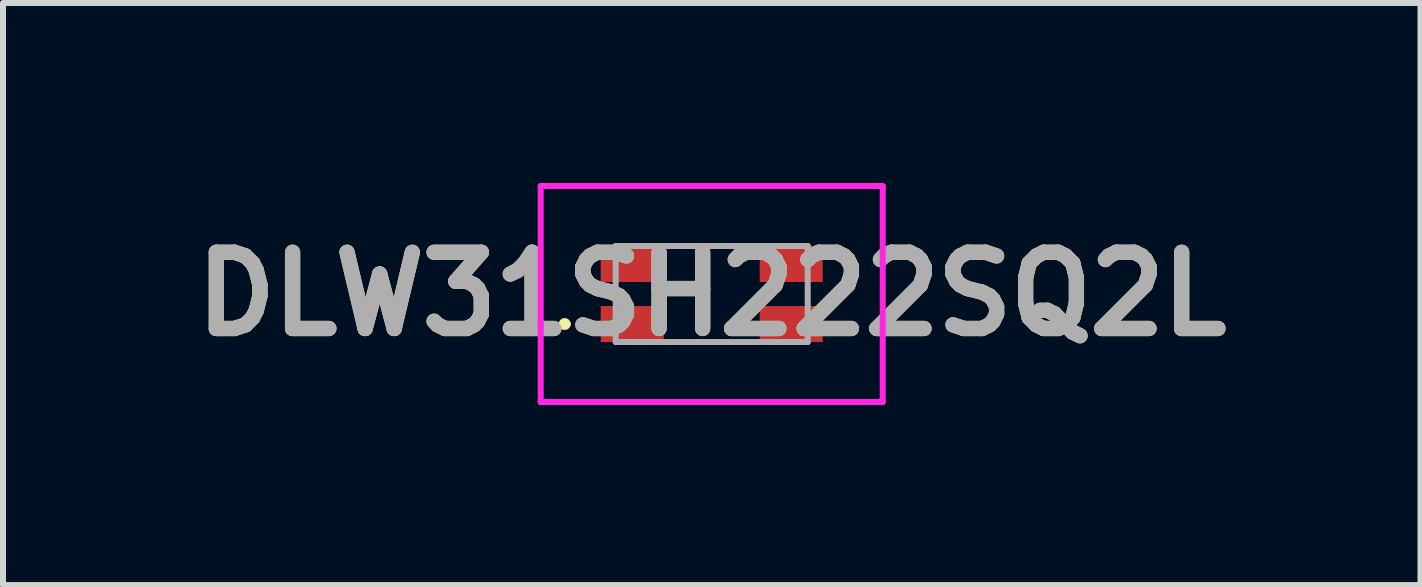
<source format=kicad_pcb>
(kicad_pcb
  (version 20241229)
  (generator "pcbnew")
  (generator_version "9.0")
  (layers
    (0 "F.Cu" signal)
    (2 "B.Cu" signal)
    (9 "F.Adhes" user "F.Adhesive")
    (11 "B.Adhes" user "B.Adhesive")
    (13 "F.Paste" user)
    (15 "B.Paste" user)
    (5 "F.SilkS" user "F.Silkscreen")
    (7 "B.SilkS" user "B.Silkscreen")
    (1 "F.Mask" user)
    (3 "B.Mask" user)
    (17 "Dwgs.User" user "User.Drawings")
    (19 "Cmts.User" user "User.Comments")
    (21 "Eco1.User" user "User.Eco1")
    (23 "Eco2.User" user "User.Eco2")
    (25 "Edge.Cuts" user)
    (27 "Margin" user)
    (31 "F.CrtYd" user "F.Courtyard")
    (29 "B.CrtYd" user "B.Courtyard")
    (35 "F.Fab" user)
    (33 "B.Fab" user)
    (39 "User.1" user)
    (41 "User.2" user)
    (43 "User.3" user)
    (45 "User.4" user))
  (footprint "DLW31SH222SQ2L"
    (layer "F.Cu")
    (at 8.811 1.85)
    (property "Reference" "DLW31SH222SQ2L" (at 0 0 0) (layer "F.SilkS") (effects (font (size 1.27 1.27) (thickness 0.254))))
    (attr smd)
    (fp_line (start -2.5 0.5) (end -2.5 0.5) (stroke (width 0.1) (type solid)) (layer "F.SilkS"))
    (fp_line (start -2.4 0.5) (end -2.4 0.5) (stroke (width 0.1) (type solid)) (layer "F.SilkS"))
    (fp_arc (start -2.5 0.5) (mid -2.45 0.45) (end -2.4 0.5) (stroke (width 0.1) (type solid)) (layer "F.SilkS"))
    (fp_arc (start -2.4 0.5) (mid -2.45 0.55) (end -2.5 0.5) (stroke (width 0.1) (type solid)) (layer "F.SilkS"))
    (fp_line (start -2.85 -1.8) (end 2.85 -1.8) (stroke (width 0.1) (type solid)) (layer "F.CrtYd"))
    (fp_line (start -2.85 1.8) (end -2.85 -1.8) (stroke (width 0.1) (type solid)) (layer "F.CrtYd"))
    (fp_line (start 2.85 -1.8) (end 2.85 1.8) (stroke (width 0.1) (type solid)) (layer "F.CrtYd"))
    (fp_line (start 2.85 1.8) (end -2.85 1.8) (stroke (width 0.1) (type solid)) (layer "F.CrtYd"))
    (fp_line (start -1.6 -0.8) (end 1.6 -0.8) (stroke (width 0.1) (type solid)) (layer "F.Fab"))
    (fp_line (start -1.6 0.8) (end -1.6 -0.8) (stroke (width 0.1) (type solid)) (layer "F.Fab"))
    (fp_line (start 1.6 -0.8) (end 1.6 0.8) (stroke (width 0.1) (type solid)) (layer "F.Fab"))
    (fp_line (start 1.6 0.8) (end -1.6 0.8) (stroke (width 0.1) (type solid)) (layer "F.Fab"))
    (fp_text user "${REFERENCE}" (at 0 0 0) (layer "F.Fab") (effects (font (size 1.27 1.27) (thickness 0.254))))
    (pad "1" smd rect (at -1.325 0.5 90) (size 0.6 1.05) (layers "F.Cu" "F.Mask" "F.Paste"))
    (pad "2" smd rect (at 1.325 0.5 90) (size 0.6 1.05) (layers "F.Cu" "F.Mask" "F.Paste"))
    (pad "3" smd rect (at 1.325 -0.5 90) (size 0.6 1.05) (layers "F.Cu" "F.Mask" "F.Paste"))
    (pad "4" smd rect (at -1.325 -0.5 90) (size 0.6 1.05) (layers "F.Cu" "F.Mask" "F.Paste")))
  (gr_rect
    (start -3 -3)
    (end 20.623 6.7)
    (stroke (width 0.1) (type default))
    (fill no)
    (layer "Edge.Cuts")))
</source>
